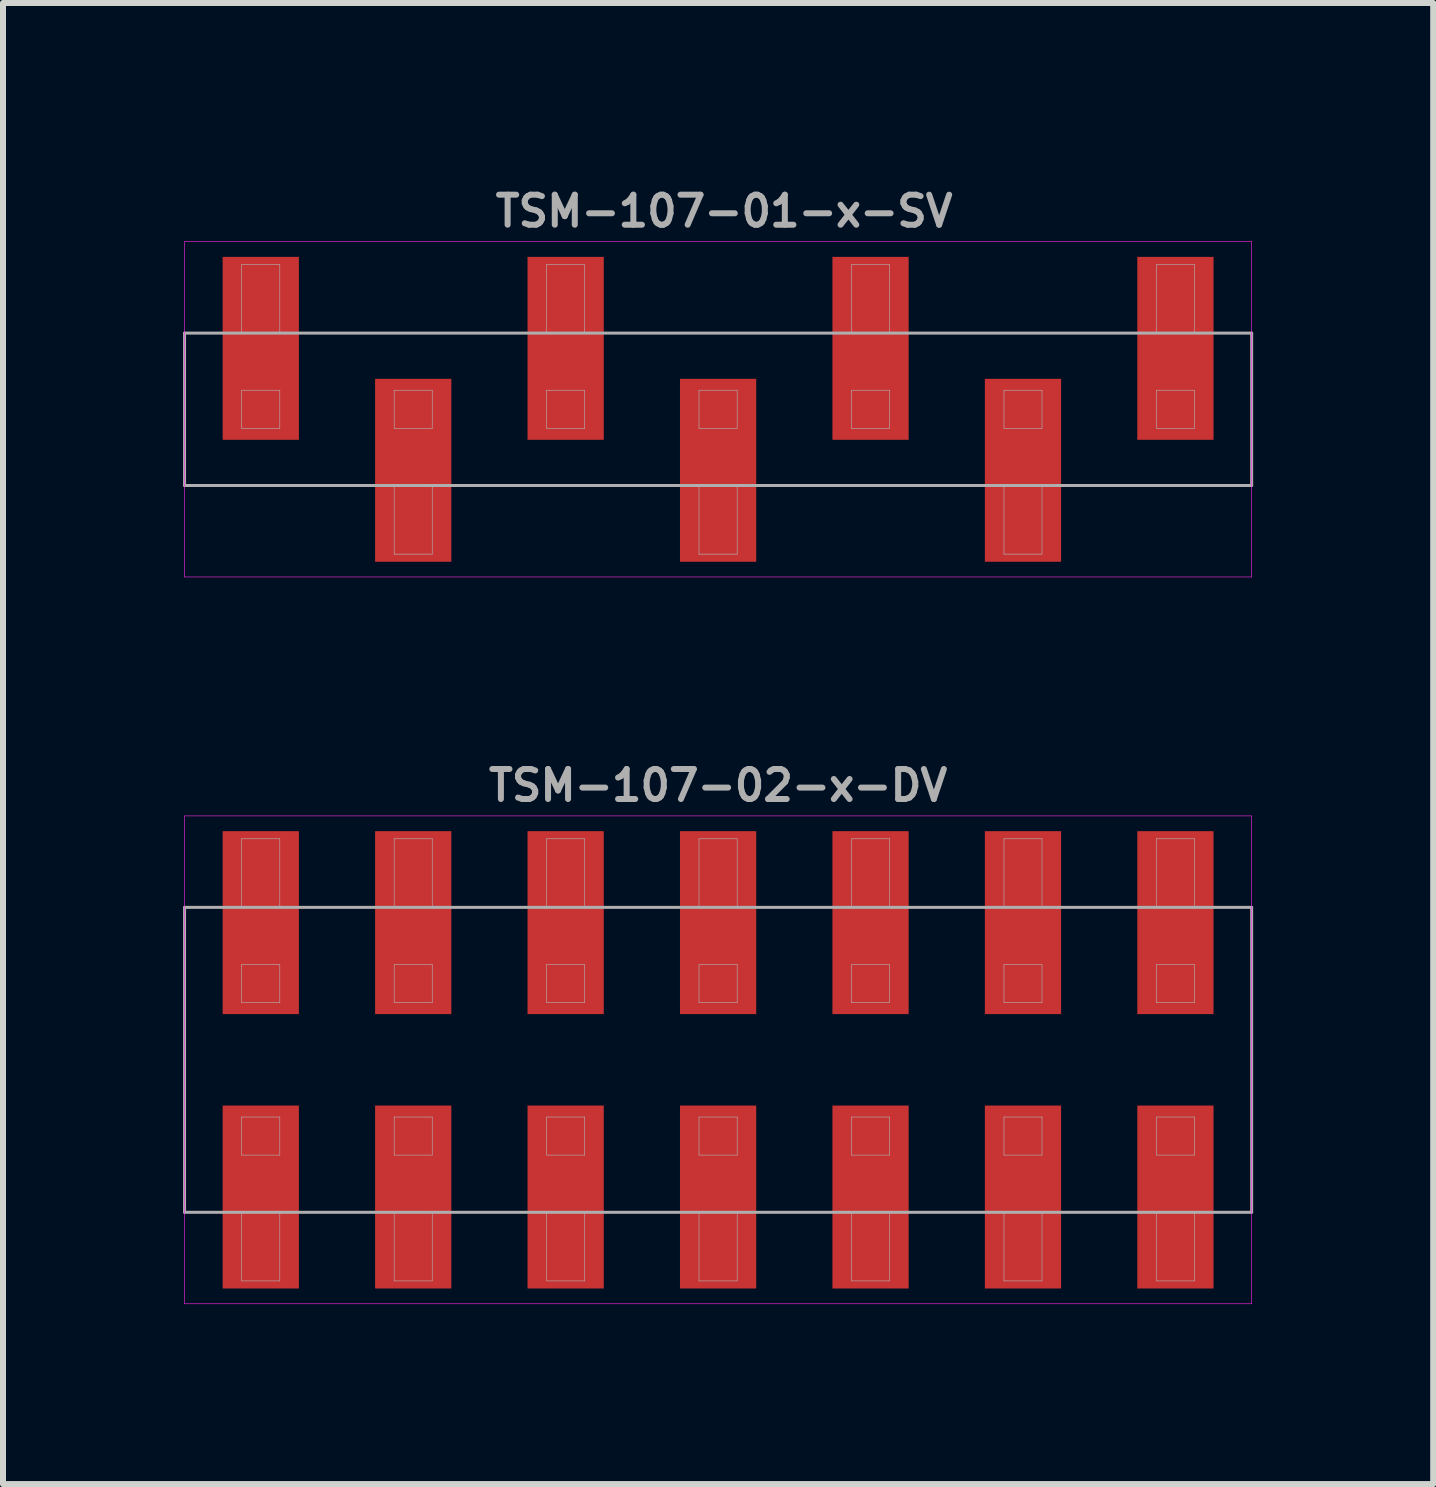
<source format=kicad_pcb>
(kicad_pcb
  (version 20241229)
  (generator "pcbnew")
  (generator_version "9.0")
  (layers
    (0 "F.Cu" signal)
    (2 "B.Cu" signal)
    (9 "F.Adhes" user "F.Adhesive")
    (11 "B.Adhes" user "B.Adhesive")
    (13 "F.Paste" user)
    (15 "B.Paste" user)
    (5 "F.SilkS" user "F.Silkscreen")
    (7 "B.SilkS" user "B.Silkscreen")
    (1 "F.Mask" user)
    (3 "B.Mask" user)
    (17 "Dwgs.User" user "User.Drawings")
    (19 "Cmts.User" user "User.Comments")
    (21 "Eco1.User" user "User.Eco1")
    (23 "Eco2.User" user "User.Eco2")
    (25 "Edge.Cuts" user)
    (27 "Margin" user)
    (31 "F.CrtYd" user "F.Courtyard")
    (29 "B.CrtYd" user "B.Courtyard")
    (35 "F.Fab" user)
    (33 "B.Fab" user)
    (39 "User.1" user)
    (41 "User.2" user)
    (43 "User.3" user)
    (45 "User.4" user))
  (footprint "TSM-107-01-x-SV"
    (layer "F.Cu")
    (at 8.915 3.77)
    (property "Reference" "TSM-107-01-x-SV" (at 0.1 -3.302 0) (layer "F.Fab") (effects (font (size 0.5 0.5) (thickness 0.1))))
    (attr smd)
    (fp_line (start -8.89 -2.794) (end -8.89 2.794) (stroke (width 0.01) (type solid)) (layer "F.CrtYd"))
    (fp_line (start -8.89 2.794) (end 8.89 2.794) (stroke (width 0.01) (type solid)) (layer "F.CrtYd"))
    (fp_line (start 8.89 -2.794) (end -8.89 -2.794) (stroke (width 0.01) (type solid)) (layer "F.CrtYd"))
    (fp_line (start 8.89 2.794) (end 8.89 -2.794) (stroke (width 0.01) (type solid)) (layer "F.CrtYd"))
    (fp_line (start -8.89 -1.27) (end -8.89 1.27) (stroke (width 0.05) (type solid)) (layer "F.Fab"))
    (fp_line (start -8.89 1.27) (end 8.89 1.27) (stroke (width 0.05) (type solid)) (layer "F.Fab"))
    (fp_line (start -7.938 -2.413) (end -7.303 -2.413) (stroke (width 0.01) (type solid)) (layer "F.Fab"))
    (fp_line (start -7.938 -1.27) (end -7.938 -2.413) (stroke (width 0.01) (type solid)) (layer "F.Fab"))
    (fp_line (start -7.938 -0.318) (end -7.938 0.318) (stroke (width 0.01) (type solid)) (layer "F.Fab"))
    (fp_line (start -7.938 0.318) (end -7.303 0.318) (stroke (width 0.01) (type solid)) (layer "F.Fab"))
    (fp_line (start -7.303 -2.413) (end -7.303 -1.27) (stroke (width 0.01) (type solid)) (layer "F.Fab"))
    (fp_line (start -7.303 -0.318) (end -7.938 -0.318) (stroke (width 0.01) (type solid)) (layer "F.Fab"))
    (fp_line (start -7.303 0.318) (end -7.303 -0.318) (stroke (width 0.01) (type solid)) (layer "F.Fab"))
    (fp_line (start -5.397 -0.318) (end -5.397 0.318) (stroke (width 0.01) (type solid)) (layer "F.Fab"))
    (fp_line (start -5.397 0.318) (end -4.763 0.318) (stroke (width 0.01) (type solid)) (layer "F.Fab"))
    (fp_line (start -5.397 2.413) (end -5.397 1.27) (stroke (width 0.01) (type solid)) (layer "F.Fab"))
    (fp_line (start -4.763 -0.318) (end -5.397 -0.318) (stroke (width 0.01) (type solid)) (layer "F.Fab"))
    (fp_line (start -4.763 0.318) (end -4.763 -0.318) (stroke (width 0.01) (type solid)) (layer "F.Fab"))
    (fp_line (start -4.763 1.27) (end -4.763 2.413) (stroke (width 0.01) (type solid)) (layer "F.Fab"))
    (fp_line (start -4.763 2.413) (end -5.397 2.413) (stroke (width 0.01) (type solid)) (layer "F.Fab"))
    (fp_line (start -2.857 -2.413) (end -2.223 -2.413) (stroke (width 0.01) (type solid)) (layer "F.Fab"))
    (fp_line (start -2.857 -1.27) (end -2.857 -2.413) (stroke (width 0.01) (type solid)) (layer "F.Fab"))
    (fp_line (start -2.857 -0.318) (end -2.857 0.318) (stroke (width 0.01) (type solid)) (layer "F.Fab"))
    (fp_line (start -2.857 0.318) (end -2.223 0.318) (stroke (width 0.01) (type solid)) (layer "F.Fab"))
    (fp_line (start -2.223 -2.413) (end -2.223 -1.27) (stroke (width 0.01) (type solid)) (layer "F.Fab"))
    (fp_line (start -2.223 -0.318) (end -2.857 -0.318) (stroke (width 0.01) (type solid)) (layer "F.Fab"))
    (fp_line (start -2.223 0.318) (end -2.223 -0.318) (stroke (width 0.01) (type solid)) (layer "F.Fab"))
    (fp_line (start -0.318 -0.318) (end -0.318 0.318) (stroke (width 0.01) (type solid)) (layer "F.Fab"))
    (fp_line (start -0.318 0.318) (end 0.318 0.318) (stroke (width 0.01) (type solid)) (layer "F.Fab"))
    (fp_line (start -0.318 2.413) (end -0.318 1.27) (stroke (width 0.01) (type solid)) (layer "F.Fab"))
    (fp_line (start 0.318 -0.318) (end -0.318 -0.318) (stroke (width 0.01) (type solid)) (layer "F.Fab"))
    (fp_line (start 0.318 0.318) (end 0.318 -0.318) (stroke (width 0.01) (type solid)) (layer "F.Fab"))
    (fp_line (start 0.318 1.27) (end 0.318 2.413) (stroke (width 0.01) (type solid)) (layer "F.Fab"))
    (fp_line (start 0.318 2.413) (end -0.318 2.413) (stroke (width 0.01) (type solid)) (layer "F.Fab"))
    (fp_line (start 2.223 -2.413) (end 2.857 -2.413) (stroke (width 0.01) (type solid)) (layer "F.Fab"))
    (fp_line (start 2.223 -1.27) (end 2.223 -2.413) (stroke (width 0.01) (type solid)) (layer "F.Fab"))
    (fp_line (start 2.223 -0.318) (end 2.223 0.318) (stroke (width 0.01) (type solid)) (layer "F.Fab"))
    (fp_line (start 2.223 0.318) (end 2.857 0.318) (stroke (width 0.01) (type solid)) (layer "F.Fab"))
    (fp_line (start 2.857 -2.413) (end 2.857 -1.27) (stroke (width 0.01) (type solid)) (layer "F.Fab"))
    (fp_line (start 2.857 -0.318) (end 2.223 -0.318) (stroke (width 0.01) (type solid)) (layer "F.Fab"))
    (fp_line (start 2.857 0.318) (end 2.857 -0.318) (stroke (width 0.01) (type solid)) (layer "F.Fab"))
    (fp_line (start 4.763 -0.318) (end 4.763 0.318) (stroke (width 0.01) (type solid)) (layer "F.Fab"))
    (fp_line (start 4.763 0.318) (end 5.397 0.318) (stroke (width 0.01) (type solid)) (layer "F.Fab"))
    (fp_line (start 4.763 2.413) (end 4.763 1.27) (stroke (width 0.01) (type solid)) (layer "F.Fab"))
    (fp_line (start 5.397 -0.318) (end 4.763 -0.318) (stroke (width 0.01) (type solid)) (layer "F.Fab"))
    (fp_line (start 5.397 0.318) (end 5.397 -0.318) (stroke (width 0.01) (type solid)) (layer "F.Fab"))
    (fp_line (start 5.397 1.27) (end 5.397 2.413) (stroke (width 0.01) (type solid)) (layer "F.Fab"))
    (fp_line (start 5.397 2.413) (end 4.763 2.413) (stroke (width 0.01) (type solid)) (layer "F.Fab"))
    (fp_line (start 7.303 -2.413) (end 7.938 -2.413) (stroke (width 0.01) (type solid)) (layer "F.Fab"))
    (fp_line (start 7.303 -1.27) (end 7.303 -2.413) (stroke (width 0.01) (type solid)) (layer "F.Fab"))
    (fp_line (start 7.303 -0.318) (end 7.303 0.318) (stroke (width 0.01) (type solid)) (layer "F.Fab"))
    (fp_line (start 7.303 0.318) (end 7.938 0.318) (stroke (width 0.01) (type solid)) (layer "F.Fab"))
    (fp_line (start 7.938 -2.413) (end 7.938 -1.27) (stroke (width 0.01) (type solid)) (layer "F.Fab"))
    (fp_line (start 7.938 -0.318) (end 7.303 -0.318) (stroke (width 0.01) (type solid)) (layer "F.Fab"))
    (fp_line (start 7.938 0.318) (end 7.938 -0.318) (stroke (width 0.01) (type solid)) (layer "F.Fab"))
    (fp_line (start 8.89 -1.27) (end -8.89 -1.27) (stroke (width 0.05) (type solid)) (layer "F.Fab"))
    (fp_line (start 8.89 1.27) (end 8.89 -1.27) (stroke (width 0.05) (type solid)) (layer "F.Fab"))
    (pad "1" smd rect (at -7.62 -1.016) (size 1.27 3.048) (layers "F.Cu" "F.Mask" "F.Paste"))
    (pad "2" smd rect (at -5.08 1.016) (size 1.27 3.048) (layers "F.Cu" "F.Mask" "F.Paste"))
    (pad "3" smd rect (at -2.54 -1.016) (size 1.27 3.048) (layers "F.Cu" "F.Mask" "F.Paste"))
    (pad "4" smd rect (at 0 1.016) (size 1.27 3.048) (layers "F.Cu" "F.Mask" "F.Paste"))
    (pad "5" smd rect (at 2.54 -1.016) (size 1.27 3.048) (layers "F.Cu" "F.Mask" "F.Paste"))
    (pad "6" smd rect (at 5.08 1.016) (size 1.27 3.048) (layers "F.Cu" "F.Mask" "F.Paste"))
    (pad "7" smd rect (at 7.62 -1.016) (size 1.27 3.048) (layers "F.Cu" "F.Mask" "F.Paste")))
  (footprint "TSM-107-02-x-DV"
    (layer "F.Cu")
    (at 8.915 14.609)
    (property "Reference" "TSM-107-02-x-DV" (at 0 -4.572 0) (layer "F.Fab") (effects (font (size 0.5 0.5) (thickness 0.1))))
    (attr smd)
    (fp_line (start -8.89 -4.064) (end -8.89 4.064) (stroke (width 0.01) (type solid)) (layer "F.CrtYd"))
    (fp_line (start -8.89 4.064) (end 8.89 4.064) (stroke (width 0.01) (type solid)) (layer "F.CrtYd"))
    (fp_line (start 8.89 -4.064) (end -8.89 -4.064) (stroke (width 0.01) (type solid)) (layer "F.CrtYd"))
    (fp_line (start 8.89 4.064) (end 8.89 -4.064) (stroke (width 0.01) (type solid)) (layer "F.CrtYd"))
    (fp_line (start -8.89 -2.54) (end 8.89 -2.54) (stroke (width 0.05) (type solid)) (layer "F.Fab"))
    (fp_line (start -8.89 2.54) (end -8.89 -2.54) (stroke (width 0.05) (type solid)) (layer "F.Fab"))
    (fp_line (start -7.938 -3.683) (end -7.303 -3.683) (stroke (width 0.01) (type solid)) (layer "F.Fab"))
    (fp_line (start -7.938 -2.54) (end -7.938 -3.683) (stroke (width 0.01) (type solid)) (layer "F.Fab"))
    (fp_line (start -7.938 -1.587) (end -7.938 -0.953) (stroke (width 0.01) (type solid)) (layer "F.Fab"))
    (fp_line (start -7.938 -0.953) (end -7.303 -0.953) (stroke (width 0.01) (type solid)) (layer "F.Fab"))
    (fp_line (start -7.938 0.953) (end -7.938 1.587) (stroke (width 0.01) (type solid)) (layer "F.Fab"))
    (fp_line (start -7.938 1.587) (end -7.303 1.587) (stroke (width 0.01) (type solid)) (layer "F.Fab"))
    (fp_line (start -7.938 3.683) (end -7.938 2.54) (stroke (width 0.01) (type solid)) (layer "F.Fab"))
    (fp_line (start -7.303 -3.683) (end -7.303 -2.54) (stroke (width 0.01) (type solid)) (layer "F.Fab"))
    (fp_line (start -7.303 -1.587) (end -7.938 -1.587) (stroke (width 0.01) (type solid)) (layer "F.Fab"))
    (fp_line (start -7.303 -0.953) (end -7.303 -1.587) (stroke (width 0.01) (type solid)) (layer "F.Fab"))
    (fp_line (start -7.303 0.953) (end -7.938 0.953) (stroke (width 0.01) (type solid)) (layer "F.Fab"))
    (fp_line (start -7.303 1.587) (end -7.303 0.953) (stroke (width 0.01) (type solid)) (layer "F.Fab"))
    (fp_line (start -7.303 2.54) (end -7.303 3.683) (stroke (width 0.01) (type solid)) (layer "F.Fab"))
    (fp_line (start -7.303 3.683) (end -7.938 3.683) (stroke (width 0.01) (type solid)) (layer "F.Fab"))
    (fp_line (start -5.397 -3.683) (end -4.763 -3.683) (stroke (width 0.01) (type solid)) (layer "F.Fab"))
    (fp_line (start -5.397 -2.54) (end -5.397 -3.683) (stroke (width 0.01) (type solid)) (layer "F.Fab"))
    (fp_line (start -5.397 -1.587) (end -5.397 -0.953) (stroke (width 0.01) (type solid)) (layer "F.Fab"))
    (fp_line (start -5.397 -0.953) (end -4.763 -0.953) (stroke (width 0.01) (type solid)) (layer "F.Fab"))
    (fp_line (start -5.397 0.953) (end -5.397 1.587) (stroke (width 0.01) (type solid)) (layer "F.Fab"))
    (fp_line (start -5.397 1.587) (end -4.763 1.587) (stroke (width 0.01) (type solid)) (layer "F.Fab"))
    (fp_line (start -5.397 3.683) (end -5.397 2.54) (stroke (width 0.01) (type solid)) (layer "F.Fab"))
    (fp_line (start -4.763 -3.683) (end -4.763 -2.54) (stroke (width 0.01) (type solid)) (layer "F.Fab"))
    (fp_line (start -4.763 -1.587) (end -5.397 -1.587) (stroke (width 0.01) (type solid)) (layer "F.Fab"))
    (fp_line (start -4.763 -0.953) (end -4.763 -1.587) (stroke (width 0.01) (type solid)) (layer "F.Fab"))
    (fp_line (start -4.763 0.953) (end -5.397 0.953) (stroke (width 0.01) (type solid)) (layer "F.Fab"))
    (fp_line (start -4.763 1.587) (end -4.763 0.953) (stroke (width 0.01) (type solid)) (layer "F.Fab"))
    (fp_line (start -4.763 2.54) (end -4.763 3.683) (stroke (width 0.01) (type solid)) (layer "F.Fab"))
    (fp_line (start -4.763 3.683) (end -5.397 3.683) (stroke (width 0.01) (type solid)) (layer "F.Fab"))
    (fp_line (start -2.857 -3.683) (end -2.223 -3.683) (stroke (width 0.01) (type solid)) (layer "F.Fab"))
    (fp_line (start -2.857 -2.54) (end -2.857 -3.683) (stroke (width 0.01) (type solid)) (layer "F.Fab"))
    (fp_line (start -2.857 -1.587) (end -2.857 -0.953) (stroke (width 0.01) (type solid)) (layer "F.Fab"))
    (fp_line (start -2.857 -0.953) (end -2.223 -0.953) (stroke (width 0.01) (type solid)) (layer "F.Fab"))
    (fp_line (start -2.857 0.953) (end -2.857 1.587) (stroke (width 0.01) (type solid)) (layer "F.Fab"))
    (fp_line (start -2.857 1.587) (end -2.223 1.587) (stroke (width 0.01) (type solid)) (layer "F.Fab"))
    (fp_line (start -2.857 3.683) (end -2.857 2.54) (stroke (width 0.01) (type solid)) (layer "F.Fab"))
    (fp_line (start -2.223 -3.683) (end -2.223 -2.54) (stroke (width 0.01) (type solid)) (layer "F.Fab"))
    (fp_line (start -2.223 -1.587) (end -2.857 -1.587) (stroke (width 0.01) (type solid)) (layer "F.Fab"))
    (fp_line (start -2.223 -0.953) (end -2.223 -1.587) (stroke (width 0.01) (type solid)) (layer "F.Fab"))
    (fp_line (start -2.223 0.953) (end -2.857 0.953) (stroke (width 0.01) (type solid)) (layer "F.Fab"))
    (fp_line (start -2.223 1.587) (end -2.223 0.953) (stroke (width 0.01) (type solid)) (layer "F.Fab"))
    (fp_line (start -2.223 2.54) (end -2.223 3.683) (stroke (width 0.01) (type solid)) (layer "F.Fab"))
    (fp_line (start -2.223 3.683) (end -2.857 3.683) (stroke (width 0.01) (type solid)) (layer "F.Fab"))
    (fp_line (start -0.318 -3.683) (end 0.318 -3.683) (stroke (width 0.01) (type solid)) (layer "F.Fab"))
    (fp_line (start -0.318 -2.54) (end -0.318 -3.683) (stroke (width 0.01) (type solid)) (layer "F.Fab"))
    (fp_line (start -0.318 -1.587) (end -0.318 -0.953) (stroke (width 0.01) (type solid)) (layer "F.Fab"))
    (fp_line (start -0.318 -0.953) (end 0.318 -0.953) (stroke (width 0.01) (type solid)) (layer "F.Fab"))
    (fp_line (start -0.318 0.953) (end -0.318 1.587) (stroke (width 0.01) (type solid)) (layer "F.Fab"))
    (fp_line (start -0.318 1.587) (end 0.318 1.587) (stroke (width 0.01) (type solid)) (layer "F.Fab"))
    (fp_line (start -0.318 3.683) (end -0.318 2.54) (stroke (width 0.01) (type solid)) (layer "F.Fab"))
    (fp_line (start 0.318 -3.683) (end 0.318 -2.54) (stroke (width 0.01) (type solid)) (layer "F.Fab"))
    (fp_line (start 0.318 -1.587) (end -0.318 -1.587) (stroke (width 0.01) (type solid)) (layer "F.Fab"))
    (fp_line (start 0.318 -0.953) (end 0.318 -1.587) (stroke (width 0.01) (type solid)) (layer "F.Fab"))
    (fp_line (start 0.318 0.953) (end -0.318 0.953) (stroke (width 0.01) (type solid)) (layer "F.Fab"))
    (fp_line (start 0.318 1.587) (end 0.318 0.953) (stroke (width 0.01) (type solid)) (layer "F.Fab"))
    (fp_line (start 0.318 2.54) (end 0.318 3.683) (stroke (width 0.01) (type solid)) (layer "F.Fab"))
    (fp_line (start 0.318 3.683) (end -0.318 3.683) (stroke (width 0.01) (type solid)) (layer "F.Fab"))
    (fp_line (start 2.223 -3.683) (end 2.857 -3.683) (stroke (width 0.01) (type solid)) (layer "F.Fab"))
    (fp_line (start 2.223 -2.54) (end 2.223 -3.683) (stroke (width 0.01) (type solid)) (layer "F.Fab"))
    (fp_line (start 2.223 -1.587) (end 2.223 -0.953) (stroke (width 0.01) (type solid)) (layer "F.Fab"))
    (fp_line (start 2.223 -0.953) (end 2.857 -0.953) (stroke (width 0.01) (type solid)) (layer "F.Fab"))
    (fp_line (start 2.223 0.953) (end 2.223 1.587) (stroke (width 0.01) (type solid)) (layer "F.Fab"))
    (fp_line (start 2.223 1.587) (end 2.857 1.587) (stroke (width 0.01) (type solid)) (layer "F.Fab"))
    (fp_line (start 2.223 3.683) (end 2.223 2.54) (stroke (width 0.01) (type solid)) (layer "F.Fab"))
    (fp_line (start 2.857 -3.683) (end 2.857 -2.54) (stroke (width 0.01) (type solid)) (layer "F.Fab"))
    (fp_line (start 2.857 -1.587) (end 2.223 -1.587) (stroke (width 0.01) (type solid)) (layer "F.Fab"))
    (fp_line (start 2.857 -0.953) (end 2.857 -1.587) (stroke (width 0.01) (type solid)) (layer "F.Fab"))
    (fp_line (start 2.857 0.953) (end 2.223 0.953) (stroke (width 0.01) (type solid)) (layer "F.Fab"))
    (fp_line (start 2.857 1.587) (end 2.857 0.953) (stroke (width 0.01) (type solid)) (layer "F.Fab"))
    (fp_line (start 2.857 2.54) (end 2.857 3.683) (stroke (width 0.01) (type solid)) (layer "F.Fab"))
    (fp_line (start 2.857 3.683) (end 2.223 3.683) (stroke (width 0.01) (type solid)) (layer "F.Fab"))
    (fp_line (start 4.763 -3.683) (end 5.397 -3.683) (stroke (width 0.01) (type solid)) (layer "F.Fab"))
    (fp_line (start 4.763 -2.54) (end 4.763 -3.683) (stroke (width 0.01) (type solid)) (layer "F.Fab"))
    (fp_line (start 4.763 -1.587) (end 4.763 -0.953) (stroke (width 0.01) (type solid)) (layer "F.Fab"))
    (fp_line (start 4.763 -0.953) (end 5.397 -0.953) (stroke (width 0.01) (type solid)) (layer "F.Fab"))
    (fp_line (start 4.763 0.953) (end 4.763 1.587) (stroke (width 0.01) (type solid)) (layer "F.Fab"))
    (fp_line (start 4.763 1.587) (end 5.397 1.587) (stroke (width 0.01) (type solid)) (layer "F.Fab"))
    (fp_line (start 4.763 3.683) (end 4.763 2.54) (stroke (width 0.01) (type solid)) (layer "F.Fab"))
    (fp_line (start 5.397 -3.683) (end 5.397 -2.54) (stroke (width 0.01) (type solid)) (layer "F.Fab"))
    (fp_line (start 5.397 -1.587) (end 4.763 -1.587) (stroke (width 0.01) (type solid)) (layer "F.Fab"))
    (fp_line (start 5.397 -0.953) (end 5.397 -1.587) (stroke (width 0.01) (type solid)) (layer "F.Fab"))
    (fp_line (start 5.397 0.953) (end 4.763 0.953) (stroke (width 0.01) (type solid)) (layer "F.Fab"))
    (fp_line (start 5.397 1.587) (end 5.397 0.953) (stroke (width 0.01) (type solid)) (layer "F.Fab"))
    (fp_line (start 5.397 2.54) (end 5.397 3.683) (stroke (width 0.01) (type solid)) (layer "F.Fab"))
    (fp_line (start 5.397 3.683) (end 4.763 3.683) (stroke (width 0.01) (type solid)) (layer "F.Fab"))
    (fp_line (start 7.303 -3.683) (end 7.938 -3.683) (stroke (width 0.01) (type solid)) (layer "F.Fab"))
    (fp_line (start 7.303 -2.54) (end 7.303 -3.683) (stroke (width 0.01) (type solid)) (layer "F.Fab"))
    (fp_line (start 7.303 -1.587) (end 7.303 -0.953) (stroke (width 0.01) (type solid)) (layer "F.Fab"))
    (fp_line (start 7.303 -0.953) (end 7.938 -0.953) (stroke (width 0.01) (type solid)) (layer "F.Fab"))
    (fp_line (start 7.303 0.953) (end 7.303 1.587) (stroke (width 0.01) (type solid)) (layer "F.Fab"))
    (fp_line (start 7.303 1.587) (end 7.938 1.587) (stroke (width 0.01) (type solid)) (layer "F.Fab"))
    (fp_line (start 7.303 3.683) (end 7.303 2.54) (stroke (width 0.01) (type solid)) (layer "F.Fab"))
    (fp_line (start 7.938 -3.683) (end 7.938 -2.54) (stroke (width 0.01) (type solid)) (layer "F.Fab"))
    (fp_line (start 7.938 -1.587) (end 7.303 -1.587) (stroke (width 0.01) (type solid)) (layer "F.Fab"))
    (fp_line (start 7.938 -0.953) (end 7.938 -1.587) (stroke (width 0.01) (type solid)) (layer "F.Fab"))
    (fp_line (start 7.938 0.953) (end 7.303 0.953) (stroke (width 0.01) (type solid)) (layer "F.Fab"))
    (fp_line (start 7.938 1.587) (end 7.938 0.953) (stroke (width 0.01) (type solid)) (layer "F.Fab"))
    (fp_line (start 7.938 2.54) (end 7.938 3.683) (stroke (width 0.01) (type solid)) (layer "F.Fab"))
    (fp_line (start 7.938 3.683) (end 7.303 3.683) (stroke (width 0.01) (type solid)) (layer "F.Fab"))
    (fp_line (start 8.89 -2.54) (end 8.89 2.54) (stroke (width 0.05) (type solid)) (layer "F.Fab"))
    (fp_line (start 8.89 2.54) (end -8.89 2.54) (stroke (width 0.05) (type solid)) (layer "F.Fab"))
    (pad "1" smd rect (at -7.62 2.286) (size 1.27 3.048) (layers "F.Cu" "F.Mask" "F.Paste"))
    (pad "2" smd rect (at -7.62 -2.286) (size 1.27 3.048) (layers "F.Cu" "F.Mask" "F.Paste"))
    (pad "3" smd rect (at -5.08 2.286) (size 1.27 3.048) (layers "F.Cu" "F.Mask" "F.Paste"))
    (pad "4" smd rect (at -5.08 -2.286) (size 1.27 3.048) (layers "F.Cu" "F.Mask" "F.Paste"))
    (pad "5" smd rect (at -2.54 2.286) (size 1.27 3.048) (layers "F.Cu" "F.Mask" "F.Paste"))
    (pad "6" smd rect (at -2.54 -2.286) (size 1.27 3.048) (layers "F.Cu" "F.Mask" "F.Paste"))
    (pad "7" smd rect (at 0 2.286) (size 1.27 3.048) (layers "F.Cu" "F.Mask" "F.Paste"))
    (pad "8" smd rect (at 0 -2.286) (size 1.27 3.048) (layers "F.Cu" "F.Mask" "F.Paste"))
    (pad "9" smd rect (at 2.54 2.286) (size 1.27 3.048) (layers "F.Cu" "F.Mask" "F.Paste"))
    (pad "10" smd rect (at 2.54 -2.286) (size 1.27 3.048) (layers "F.Cu" "F.Mask" "F.Paste"))
    (pad "11" smd rect (at 5.08 2.286) (size 1.27 3.048) (layers "F.Cu" "F.Mask" "F.Paste"))
    (pad "12" smd rect (at 5.08 -2.286) (size 1.27 3.048) (layers "F.Cu" "F.Mask" "F.Paste"))
    (pad "13" smd rect (at 7.62 2.286) (size 1.27 3.048) (layers "F.Cu" "F.Mask" "F.Paste"))
    (pad "14" smd rect (at 7.62 -2.286) (size 1.27 3.048) (layers "F.Cu" "F.Mask" "F.Paste")))
  (gr_rect
    (start -3 -3)
    (end 20.83 21.678)
    (stroke (width 0.1) (type default))
    (fill no)
    (layer "Edge.Cuts")))
</source>
